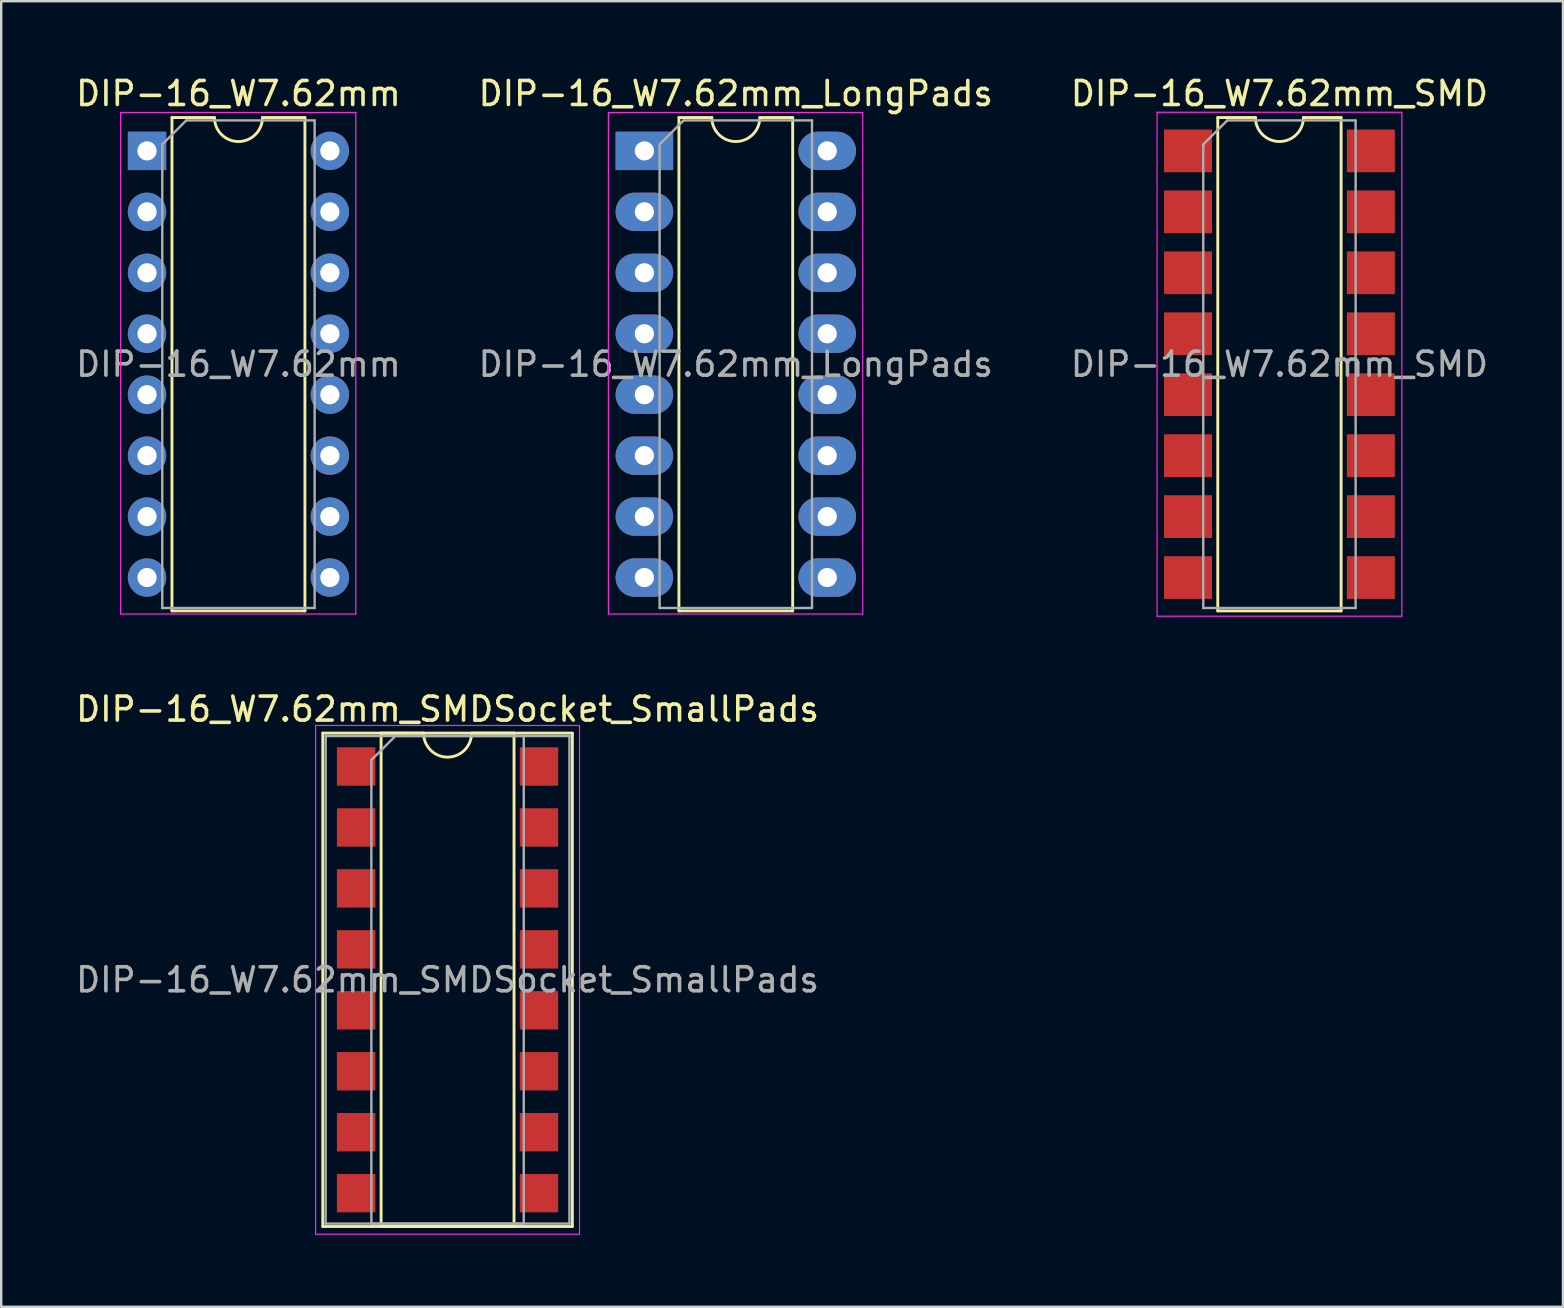
<source format=kicad_pcb>
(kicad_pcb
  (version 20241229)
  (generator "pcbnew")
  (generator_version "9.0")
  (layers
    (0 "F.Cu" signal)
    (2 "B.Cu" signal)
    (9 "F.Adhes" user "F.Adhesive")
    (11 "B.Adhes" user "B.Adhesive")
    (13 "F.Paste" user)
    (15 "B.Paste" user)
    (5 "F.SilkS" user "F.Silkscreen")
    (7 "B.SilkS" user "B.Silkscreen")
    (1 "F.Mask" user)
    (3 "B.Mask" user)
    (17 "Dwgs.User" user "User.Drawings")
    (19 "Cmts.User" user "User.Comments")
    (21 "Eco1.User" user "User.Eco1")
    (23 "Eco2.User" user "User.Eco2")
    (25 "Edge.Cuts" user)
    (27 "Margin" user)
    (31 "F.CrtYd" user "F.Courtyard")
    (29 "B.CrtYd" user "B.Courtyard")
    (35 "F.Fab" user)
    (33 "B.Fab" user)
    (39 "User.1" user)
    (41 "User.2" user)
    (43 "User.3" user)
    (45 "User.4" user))
  (footprint "DIP-16_W7.62mm_SMDSocket_SmallPads"
    (layer "F.Cu")
    (at 15.601 37.782)
    (property "Reference" "DIP-16_W7.62mm_SMDSocket_SmallPads" (at 0 -11.28 0) (layer "F.SilkS") (effects (font (size 1 1) (thickness 0.15))))
    (attr smd)
    (fp_line (start -5.2 -10.28) (end -5.2 10.28) (stroke (width 0.12) (type solid)) (layer "F.SilkS"))
    (fp_line (start -5.2 10.28) (end 5.2 10.28) (stroke (width 0.12) (type solid)) (layer "F.SilkS"))
    (fp_line (start -2.77 -10.28) (end -2.77 10.28) (stroke (width 0.12) (type solid)) (layer "F.SilkS"))
    (fp_line (start -2.77 10.28) (end 2.77 10.28) (stroke (width 0.12) (type solid)) (layer "F.SilkS"))
    (fp_line (start -1 -10.28) (end -2.77 -10.28) (stroke (width 0.12) (type solid)) (layer "F.SilkS"))
    (fp_line (start 2.77 -10.28) (end 1 -10.28) (stroke (width 0.12) (type solid)) (layer "F.SilkS"))
    (fp_line (start 2.77 10.28) (end 2.77 -10.28) (stroke (width 0.12) (type solid)) (layer "F.SilkS"))
    (fp_line (start 5.2 -10.28) (end -5.2 -10.28) (stroke (width 0.12) (type solid)) (layer "F.SilkS"))
    (fp_line (start 5.2 10.28) (end 5.2 -10.28) (stroke (width 0.12) (type solid)) (layer "F.SilkS"))
    (fp_arc (start 1 -10.28) (mid 0 -9.28) (end -1 -10.28) (stroke (width 0.12) (type solid)) (layer "F.SilkS"))
    (fp_line (start -5.5 -10.6) (end -5.5 10.6) (stroke (width 0.05) (type solid)) (layer "F.CrtYd"))
    (fp_line (start -5.5 10.6) (end 5.5 10.6) (stroke (width 0.05) (type solid)) (layer "F.CrtYd"))
    (fp_line (start 5.5 -10.6) (end -5.5 -10.6) (stroke (width 0.05) (type solid)) (layer "F.CrtYd"))
    (fp_line (start 5.5 10.6) (end 5.5 -10.6) (stroke (width 0.05) (type solid)) (layer "F.CrtYd"))
    (fp_line (start -5.08 -10.16) (end -5.08 10.16) (stroke (width 0.1) (type solid)) (layer "F.Fab"))
    (fp_line (start -5.08 10.16) (end 5.08 10.16) (stroke (width 0.1) (type solid)) (layer "F.Fab"))
    (fp_line (start -3.175 -9.16) (end -2.175 -10.16) (stroke (width 0.1) (type solid)) (layer "F.Fab"))
    (fp_line (start -3.175 10.16) (end -3.175 -9.16) (stroke (width 0.1) (type solid)) (layer "F.Fab"))
    (fp_line (start -2.175 -10.16) (end 3.175 -10.16) (stroke (width 0.1) (type solid)) (layer "F.Fab"))
    (fp_line (start 3.175 -10.16) (end 3.175 10.16) (stroke (width 0.1) (type solid)) (layer "F.Fab"))
    (fp_line (start 3.175 10.16) (end -3.175 10.16) (stroke (width 0.1) (type solid)) (layer "F.Fab"))
    (fp_line (start 5.08 -10.16) (end -5.08 -10.16) (stroke (width 0.1) (type solid)) (layer "F.Fab"))
    (fp_line (start 5.08 10.16) (end 5.08 -10.16) (stroke (width 0.1) (type solid)) (layer "F.Fab"))
    (fp_text user "${REFERENCE}" (at 0 0 0) (layer "F.Fab") (effects (font (size 1 1) (thickness 0.15))))
    (pad "1" smd rect (at -3.81 -8.89) (size 1.6 1.6) (layers "F.Cu" "F.Mask" "F.Paste"))
    (pad "2" smd rect (at -3.81 -6.35) (size 1.6 1.6) (layers "F.Cu" "F.Mask" "F.Paste"))
    (pad "3" smd rect (at -3.81 -3.81) (size 1.6 1.6) (layers "F.Cu" "F.Mask" "F.Paste"))
    (pad "4" smd rect (at -3.81 -1.27) (size 1.6 1.6) (layers "F.Cu" "F.Mask" "F.Paste"))
    (pad "5" smd rect (at -3.81 1.27) (size 1.6 1.6) (layers "F.Cu" "F.Mask" "F.Paste"))
    (pad "6" smd rect (at -3.81 3.81) (size 1.6 1.6) (layers "F.Cu" "F.Mask" "F.Paste"))
    (pad "7" smd rect (at -3.81 6.35) (size 1.6 1.6) (layers "F.Cu" "F.Mask" "F.Paste"))
    (pad "8" smd rect (at -3.81 8.89) (size 1.6 1.6) (layers "F.Cu" "F.Mask" "F.Paste"))
    (pad "9" smd rect (at 3.81 8.89) (size 1.6 1.6) (layers "F.Cu" "F.Mask" "F.Paste"))
    (pad "10" smd rect (at 3.81 6.35) (size 1.6 1.6) (layers "F.Cu" "F.Mask" "F.Paste"))
    (pad "11" smd rect (at 3.81 3.81) (size 1.6 1.6) (layers "F.Cu" "F.Mask" "F.Paste"))
    (pad "12" smd rect (at 3.81 1.27) (size 1.6 1.6) (layers "F.Cu" "F.Mask" "F.Paste"))
    (pad "13" smd rect (at 3.81 -1.27) (size 1.6 1.6) (layers "F.Cu" "F.Mask" "F.Paste"))
    (pad "14" smd rect (at 3.81 -3.81) (size 1.6 1.6) (layers "F.Cu" "F.Mask" "F.Paste"))
    (pad "15" smd rect (at 3.81 -6.35) (size 1.6 1.6) (layers "F.Cu" "F.Mask" "F.Paste"))
    (pad "16" smd rect (at 3.81 -8.89) (size 1.6 1.6) (layers "F.Cu" "F.Mask" "F.Paste")))
  (footprint "DIP-16_W7.62mm_SMD"
    (layer "F.Cu")
    (at 50.268 12.128)
    (property "Reference" "DIP-16_W7.62mm_SMD" (at 0 -11.28 0) (layer "F.SilkS") (effects (font (size 1 1) (thickness 0.15))))
    (attr smd)
    (fp_line (start -2.57 -10.28) (end -2.57 10.28) (stroke (width 0.12) (type solid)) (layer "F.SilkS"))
    (fp_line (start -2.57 10.28) (end 2.57 10.28) (stroke (width 0.12) (type solid)) (layer "F.SilkS"))
    (fp_line (start -1 -10.28) (end -2.57 -10.28) (stroke (width 0.12) (type solid)) (layer "F.SilkS"))
    (fp_line (start 2.57 -10.28) (end 1 -10.28) (stroke (width 0.12) (type solid)) (layer "F.SilkS"))
    (fp_line (start 2.57 10.28) (end 2.57 -10.28) (stroke (width 0.12) (type solid)) (layer "F.SilkS"))
    (fp_arc (start 1 -10.28) (mid 0 -9.28) (end -1 -10.28) (stroke (width 0.12) (type solid)) (layer "F.SilkS"))
    (fp_line (start -5.1 -10.5) (end -5.1 10.5) (stroke (width 0.05) (type solid)) (layer "F.CrtYd"))
    (fp_line (start -5.1 10.5) (end 5.1 10.5) (stroke (width 0.05) (type solid)) (layer "F.CrtYd"))
    (fp_line (start 5.1 -10.5) (end -5.1 -10.5) (stroke (width 0.05) (type solid)) (layer "F.CrtYd"))
    (fp_line (start 5.1 10.5) (end 5.1 -10.5) (stroke (width 0.05) (type solid)) (layer "F.CrtYd"))
    (fp_line (start -3.175 -9.16) (end -2.175 -10.16) (stroke (width 0.1) (type solid)) (layer "F.Fab"))
    (fp_line (start -3.175 10.16) (end -3.175 -9.16) (stroke (width 0.1) (type solid)) (layer "F.Fab"))
    (fp_line (start -2.175 -10.16) (end 3.175 -10.16) (stroke (width 0.1) (type solid)) (layer "F.Fab"))
    (fp_line (start 3.175 -10.16) (end 3.175 10.16) (stroke (width 0.1) (type solid)) (layer "F.Fab"))
    (fp_line (start 3.175 10.16) (end -3.175 10.16) (stroke (width 0.1) (type solid)) (layer "F.Fab"))
    (fp_text user "${REFERENCE}" (at 0 0 0) (layer "F.Fab") (effects (font (size 1 1) (thickness 0.15))))
    (pad "1" smd rect (at -3.81 -8.89) (size 2 1.78) (layers "F.Cu" "F.Mask" "F.Paste"))
    (pad "2" smd rect (at -3.81 -6.35) (size 2 1.78) (layers "F.Cu" "F.Mask" "F.Paste"))
    (pad "3" smd rect (at -3.81 -3.81) (size 2 1.78) (layers "F.Cu" "F.Mask" "F.Paste"))
    (pad "4" smd rect (at -3.81 -1.27) (size 2 1.78) (layers "F.Cu" "F.Mask" "F.Paste"))
    (pad "5" smd rect (at -3.81 1.27) (size 2 1.78) (layers "F.Cu" "F.Mask" "F.Paste"))
    (pad "6" smd rect (at -3.81 3.81) (size 2 1.78) (layers "F.Cu" "F.Mask" "F.Paste"))
    (pad "7" smd rect (at -3.81 6.35) (size 2 1.78) (layers "F.Cu" "F.Mask" "F.Paste"))
    (pad "8" smd rect (at -3.81 8.89) (size 2 1.78) (layers "F.Cu" "F.Mask" "F.Paste"))
    (pad "9" smd rect (at 3.81 8.89) (size 2 1.78) (layers "F.Cu" "F.Mask" "F.Paste"))
    (pad "10" smd rect (at 3.81 6.35) (size 2 1.78) (layers "F.Cu" "F.Mask" "F.Paste"))
    (pad "11" smd rect (at 3.81 3.81) (size 2 1.78) (layers "F.Cu" "F.Mask" "F.Paste"))
    (pad "12" smd rect (at 3.81 1.27) (size 2 1.78) (layers "F.Cu" "F.Mask" "F.Paste"))
    (pad "13" smd rect (at 3.81 -1.27) (size 2 1.78) (layers "F.Cu" "F.Mask" "F.Paste"))
    (pad "14" smd rect (at 3.81 -3.81) (size 2 1.78) (layers "F.Cu" "F.Mask" "F.Paste"))
    (pad "15" smd rect (at 3.81 -6.35) (size 2 1.78) (layers "F.Cu" "F.Mask" "F.Paste"))
    (pad "16" smd rect (at 3.81 -8.89) (size 2 1.78) (layers "F.Cu" "F.Mask" "F.Paste")))
  (footprint "DIP-16_W7.62mm_LongPads"
    (layer "F.Cu")
    (at 23.803 3.238)
    (property "Reference" "DIP-16_W7.62mm_LongPads" (at 3.81 -2.39 0) (layer "F.SilkS") (effects (font (size 1 1) (thickness 0.15))))
    (attr through_hole)
    (fp_line (start 1.44 -1.39) (end 1.44 19.17) (stroke (width 0.12) (type solid)) (layer "F.SilkS"))
    (fp_line (start 1.44 19.17) (end 6.18 19.17) (stroke (width 0.12) (type solid)) (layer "F.SilkS"))
    (fp_line (start 2.81 -1.39) (end 1.44 -1.39) (stroke (width 0.12) (type solid)) (layer "F.SilkS"))
    (fp_line (start 6.18 -1.39) (end 4.81 -1.39) (stroke (width 0.12) (type solid)) (layer "F.SilkS"))
    (fp_line (start 6.18 19.17) (end 6.18 -1.39) (stroke (width 0.12) (type solid)) (layer "F.SilkS"))
    (fp_arc (start 4.81 -1.39) (mid 3.81 -0.39) (end 2.81 -1.39) (stroke (width 0.12) (type solid)) (layer "F.SilkS"))
    (fp_line (start -1.5 -1.6) (end -1.5 19.3) (stroke (width 0.05) (type solid)) (layer "F.CrtYd"))
    (fp_line (start -1.5 19.3) (end 9.1 19.3) (stroke (width 0.05) (type solid)) (layer "F.CrtYd"))
    (fp_line (start 9.1 -1.6) (end -1.5 -1.6) (stroke (width 0.05) (type solid)) (layer "F.CrtYd"))
    (fp_line (start 9.1 19.3) (end 9.1 -1.6) (stroke (width 0.05) (type solid)) (layer "F.CrtYd"))
    (fp_line (start 0.635 -0.27) (end 1.635 -1.27) (stroke (width 0.1) (type solid)) (layer "F.Fab"))
    (fp_line (start 0.635 19.05) (end 0.635 -0.27) (stroke (width 0.1) (type solid)) (layer "F.Fab"))
    (fp_line (start 1.635 -1.27) (end 6.985 -1.27) (stroke (width 0.1) (type solid)) (layer "F.Fab"))
    (fp_line (start 6.985 -1.27) (end 6.985 19.05) (stroke (width 0.1) (type solid)) (layer "F.Fab"))
    (fp_line (start 6.985 19.05) (end 0.635 19.05) (stroke (width 0.1) (type solid)) (layer "F.Fab"))
    (fp_text user "${REFERENCE}" (at 3.81 8.89 0) (layer "F.Fab") (effects (font (size 1 1) (thickness 0.15))))
    (pad "1" thru_hole rect (at 0 0) (size 2.4 1.6) (drill 0.8) (layers "*.Cu" "*.Mask"))
    (pad "2" thru_hole oval (at 0 2.54) (size 2.4 1.6) (drill 0.8) (layers "*.Cu" "*.Mask"))
    (pad "3" thru_hole oval (at 0 5.08) (size 2.4 1.6) (drill 0.8) (layers "*.Cu" "*.Mask"))
    (pad "4" thru_hole oval (at 0 7.62) (size 2.4 1.6) (drill 0.8) (layers "*.Cu" "*.Mask"))
    (pad "5" thru_hole oval (at 0 10.16) (size 2.4 1.6) (drill 0.8) (layers "*.Cu" "*.Mask"))
    (pad "6" thru_hole oval (at 0 12.7) (size 2.4 1.6) (drill 0.8) (layers "*.Cu" "*.Mask"))
    (pad "7" thru_hole oval (at 0 15.24) (size 2.4 1.6) (drill 0.8) (layers "*.Cu" "*.Mask"))
    (pad "8" thru_hole oval (at 0 17.78) (size 2.4 1.6) (drill 0.8) (layers "*.Cu" "*.Mask"))
    (pad "9" thru_hole oval (at 7.62 17.78) (size 2.4 1.6) (drill 0.8) (layers "*.Cu" "*.Mask"))
    (pad "10" thru_hole oval (at 7.62 15.24) (size 2.4 1.6) (drill 0.8) (layers "*.Cu" "*.Mask"))
    (pad "11" thru_hole oval (at 7.62 12.7) (size 2.4 1.6) (drill 0.8) (layers "*.Cu" "*.Mask"))
    (pad "12" thru_hole oval (at 7.62 10.16) (size 2.4 1.6) (drill 0.8) (layers "*.Cu" "*.Mask"))
    (pad "13" thru_hole oval (at 7.62 7.62) (size 2.4 1.6) (drill 0.8) (layers "*.Cu" "*.Mask"))
    (pad "14" thru_hole oval (at 7.62 5.08) (size 2.4 1.6) (drill 0.8) (layers "*.Cu" "*.Mask"))
    (pad "15" thru_hole oval (at 7.62 2.54) (size 2.4 1.6) (drill 0.8) (layers "*.Cu" "*.Mask"))
    (pad "16" thru_hole oval (at 7.62 0) (size 2.4 1.6) (drill 0.8) (layers "*.Cu" "*.Mask")))
  (footprint "DIP-16_W7.62mm"
    (layer "F.Cu")
    (at 3.077 3.238)
    (property "Reference" "DIP-16_W7.62mm" (at 3.81 -2.39 0) (layer "F.SilkS") (effects (font (size 1 1) (thickness 0.15))))
    (attr through_hole)
    (fp_line (start 1.04 -1.39) (end 1.04 19.17) (stroke (width 0.12) (type solid)) (layer "F.SilkS"))
    (fp_line (start 1.04 19.17) (end 6.58 19.17) (stroke (width 0.12) (type solid)) (layer "F.SilkS"))
    (fp_line (start 2.81 -1.39) (end 1.04 -1.39) (stroke (width 0.12) (type solid)) (layer "F.SilkS"))
    (fp_line (start 6.58 -1.39) (end 4.81 -1.39) (stroke (width 0.12) (type solid)) (layer "F.SilkS"))
    (fp_line (start 6.58 19.17) (end 6.58 -1.39) (stroke (width 0.12) (type solid)) (layer "F.SilkS"))
    (fp_arc (start 4.81 -1.39) (mid 3.81 -0.39) (end 2.81 -1.39) (stroke (width 0.12) (type solid)) (layer "F.SilkS"))
    (fp_line (start -1.1 -1.6) (end -1.1 19.3) (stroke (width 0.05) (type solid)) (layer "F.CrtYd"))
    (fp_line (start -1.1 19.3) (end 8.7 19.3) (stroke (width 0.05) (type solid)) (layer "F.CrtYd"))
    (fp_line (start 8.7 -1.6) (end -1.1 -1.6) (stroke (width 0.05) (type solid)) (layer "F.CrtYd"))
    (fp_line (start 8.7 19.3) (end 8.7 -1.6) (stroke (width 0.05) (type solid)) (layer "F.CrtYd"))
    (fp_line (start 0.635 -0.27) (end 1.635 -1.27) (stroke (width 0.1) (type solid)) (layer "F.Fab"))
    (fp_line (start 0.635 19.05) (end 0.635 -0.27) (stroke (width 0.1) (type solid)) (layer "F.Fab"))
    (fp_line (start 1.635 -1.27) (end 6.985 -1.27) (stroke (width 0.1) (type solid)) (layer "F.Fab"))
    (fp_line (start 6.985 -1.27) (end 6.985 19.05) (stroke (width 0.1) (type solid)) (layer "F.Fab"))
    (fp_line (start 6.985 19.05) (end 0.635 19.05) (stroke (width 0.1) (type solid)) (layer "F.Fab"))
    (fp_text user "${REFERENCE}" (at 3.81 8.89 0) (layer "F.Fab") (effects (font (size 1 1) (thickness 0.15))))
    (pad "1" thru_hole rect (at 0 0) (size 1.6 1.6) (drill 0.8) (layers "*.Cu" "*.Mask"))
    (pad "2" thru_hole oval (at 0 2.54) (size 1.6 1.6) (drill 0.8) (layers "*.Cu" "*.Mask"))
    (pad "3" thru_hole oval (at 0 5.08) (size 1.6 1.6) (drill 0.8) (layers "*.Cu" "*.Mask"))
    (pad "4" thru_hole oval (at 0 7.62) (size 1.6 1.6) (drill 0.8) (layers "*.Cu" "*.Mask"))
    (pad "5" thru_hole oval (at 0 10.16) (size 1.6 1.6) (drill 0.8) (layers "*.Cu" "*.Mask"))
    (pad "6" thru_hole oval (at 0 12.7) (size 1.6 1.6) (drill 0.8) (layers "*.Cu" "*.Mask"))
    (pad "7" thru_hole oval (at 0 15.24) (size 1.6 1.6) (drill 0.8) (layers "*.Cu" "*.Mask"))
    (pad "8" thru_hole oval (at 0 17.78) (size 1.6 1.6) (drill 0.8) (layers "*.Cu" "*.Mask"))
    (pad "9" thru_hole oval (at 7.62 17.78) (size 1.6 1.6) (drill 0.8) (layers "*.Cu" "*.Mask"))
    (pad "10" thru_hole oval (at 7.62 15.24) (size 1.6 1.6) (drill 0.8) (layers "*.Cu" "*.Mask"))
    (pad "11" thru_hole oval (at 7.62 12.7) (size 1.6 1.6) (drill 0.8) (layers "*.Cu" "*.Mask"))
    (pad "12" thru_hole oval (at 7.62 10.16) (size 1.6 1.6) (drill 0.8) (layers "*.Cu" "*.Mask"))
    (pad "13" thru_hole oval (at 7.62 7.62) (size 1.6 1.6) (drill 0.8) (layers "*.Cu" "*.Mask"))
    (pad "14" thru_hole oval (at 7.62 5.08) (size 1.6 1.6) (drill 0.8) (layers "*.Cu" "*.Mask"))
    (pad "15" thru_hole oval (at 7.62 2.54) (size 1.6 1.6) (drill 0.8) (layers "*.Cu" "*.Mask"))
    (pad "16" thru_hole oval (at 7.62 0) (size 1.6 1.6) (drill 0.8) (layers "*.Cu" "*.Mask")))
  (gr_rect
    (start -3 -3)
    (end 62.083 51.407)
    (stroke (width 0.1) (type default))
    (fill no)
    (layer "Edge.Cuts")))
</source>
